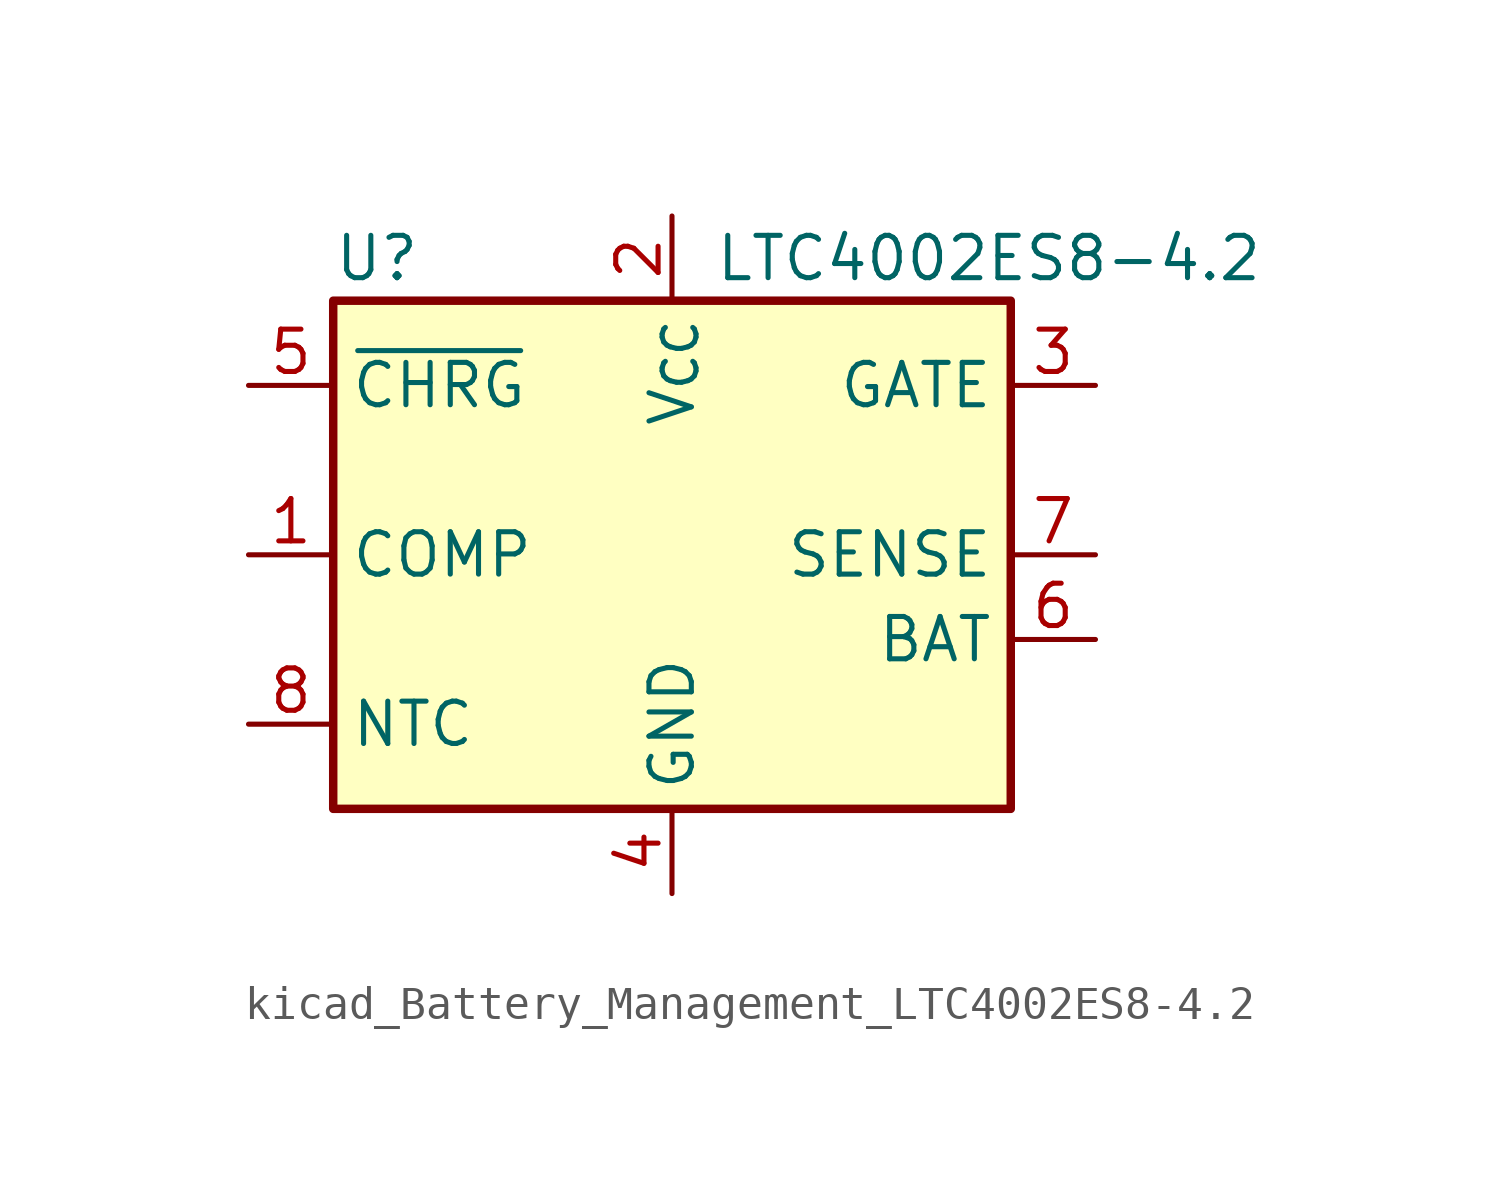
<source format=kicad_sym>
(kicad_symbol_lib
  (version 20220914)
  (generator kicad_symbol_editor)
  (symbol "kicad_Battery_Management_LTC4002ES8-4.2"
    (property "Reference" "U"
      (at -10.16 8.89 0)
      (effects (font (size 1.27 1.27)) (justify left)))
    (property "Value" "LTC4002ES8-4.2"
      (at 1.27 8.89 0)
      (effects (font (size 1.27 1.27)) (justify left)))
    (symbol "kicad_Battery_Management_LTC4002ES8-4.2_0_1"
      (rectangle (start 10.16 -7.62) (end -10.16 7.62) (stroke (width 0.254) (type default)) (fill (type background))))
    (symbol "kicad_Battery_Management_LTC4002ES8-4.2_1_1"
      (pin input line (at -12.7 0 0) (length 2.54) (name "COMP" (effects (font (size 1.27 1.27)))) (number "1" (effects (font (size 1.27 1.27)))))
      (pin power_in line (at 0 10.16 270) (length 2.54) (name "V_{CC}" (effects (font (size 1.27 1.27)))) (number "2" (effects (font (size 1.27 1.27)))))
      (pin output line (at 12.7 5.08 180) (length 2.54) (name "GATE" (effects (font (size 1.27 1.27)))) (number "3" (effects (font (size 1.27 1.27)))))
      (pin power_in line (at 0 -10.16 90) (length 2.54) (name "GND" (effects (font (size 1.27 1.27)))) (number "4" (effects (font (size 1.27 1.27)))))
      (pin open_collector line (at -12.7 5.08 0) (length 2.54) (name "~{CHRG}" (effects (font (size 1.27 1.27)))) (number "5" (effects (font (size 1.27 1.27)))))
      (pin input line (at 12.7 -2.54 180) (length 2.54) (name "BAT" (effects (font (size 1.27 1.27)))) (number "6" (effects (font (size 1.27 1.27)))))
      (pin input line (at 12.7 0 180) (length 2.54) (name "SENSE" (effects (font (size 1.27 1.27)))) (number "7" (effects (font (size 1.27 1.27)))))
      (pin input line (at -12.7 -5.08 0) (length 2.54) (name "NTC" (effects (font (size 1.27 1.27)))) (number "8" (effects (font (size 1.27 1.27))))))))
</source>
